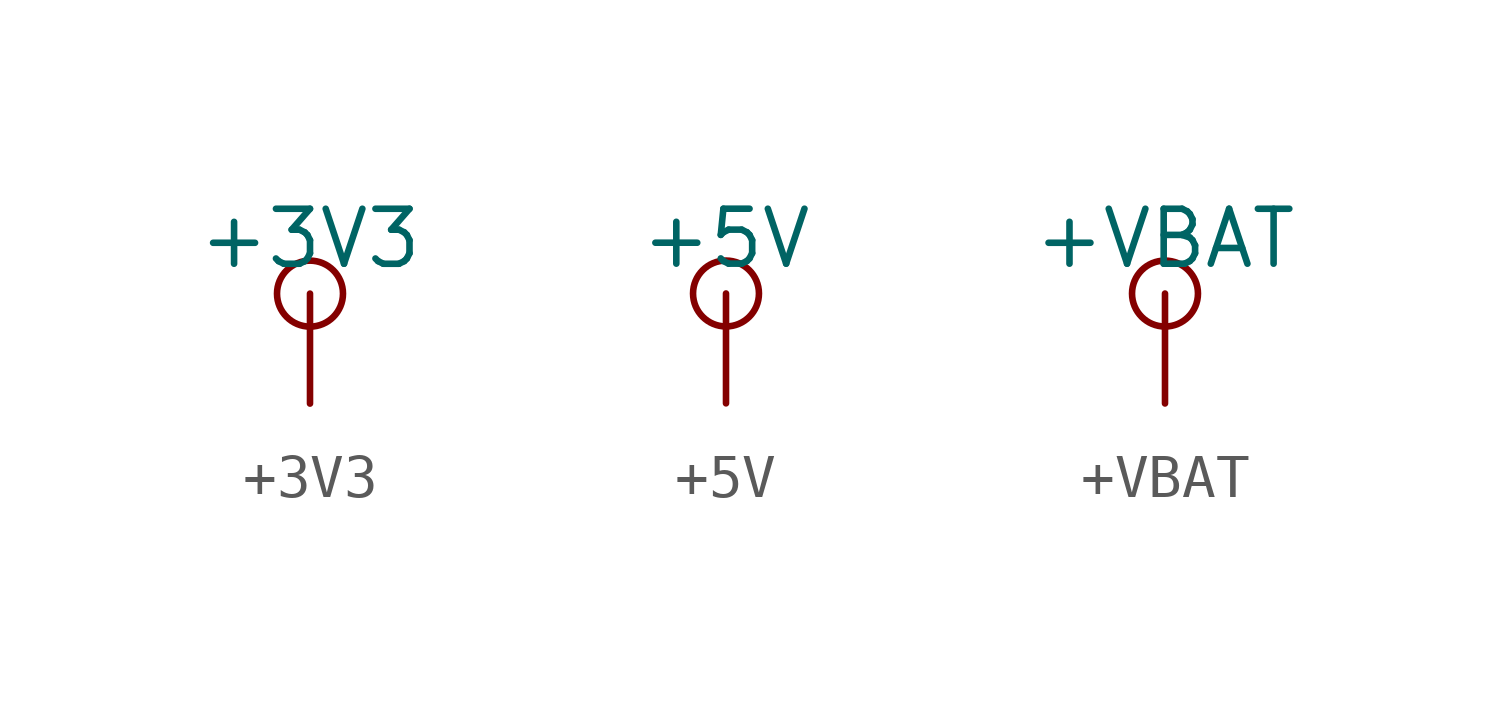
<source format=kicad_sym>
(kicad_symbol_lib
  (version 20211014)
  (generator kicad_symbol_editor)
  (symbol "+3V3"
    (power)
    (pin_names
      (offset 0))
    (property "Reference" "#PWR"
      (at 8.407 -1.93 0)
      (effects (font (size 1.27 1.27)) hide))
    (property "Value" "+3V3"
      (at 0 3.81 0)
      (effects (font (size 1.27 1.27))))
    (symbol "+3V3_0_1"
      (polyline (pts (xy 0 0) (xy 0 2.54)) (stroke (width 0) (type default) (color 0 0 0 0)) (fill (type none)))
      (circle (center 0 2.54) (radius 0.762) (stroke (width 0) (type default) (color 0 0 0 0)) (fill (type none))))
    (symbol "+3V3_1_1"
      (pin power_in line (at 0 0 90) (length 0) hide (name "+3V3" (effects (font (size 1.27 1.27)))) (number "1" (effects (font (size 1.27 1.27)))))))
  (symbol "+5V"
    (power)
    (pin_names
      (offset 0))
    (property "Reference" "#PWR"
      (at 8.407 -1.93 0)
      (effects (font (size 1.27 1.27)) hide))
    (property "Value" "+5V"
      (at 0 3.81 0)
      (effects (font (size 1.27 1.27))))
    (symbol "+5V_0_1"
      (polyline (pts (xy 0 0) (xy 0 2.54)) (stroke (width 0) (type default) (color 0 0 0 0)) (fill (type none)))
      (circle (center 0 2.54) (radius 0.762) (stroke (width 0) (type default) (color 0 0 0 0)) (fill (type none))))
    (symbol "+5V_1_1"
      (pin power_in line (at 0 0 90) (length 0) hide (name "+5V" (effects (font (size 1.27 1.27)))) (number "1" (effects (font (size 1.27 1.27)))))))
  (symbol "+VBAT"
    (power)
    (pin_names
      (offset 0))
    (property "Reference" "#PWR"
      (at 8.407 -1.93 0)
      (effects (font (size 1.27 1.27)) hide))
    (property "Value" "+VBAT"
      (at 0 3.81 0)
      (effects (font (size 1.27 1.27))))
    (symbol "+VBAT_0_1"
      (polyline (pts (xy 0 0) (xy 0 2.54)) (stroke (width 0) (type default) (color 0 0 0 0)) (fill (type none)))
      (circle (center 0 2.54) (radius 0.762) (stroke (width 0) (type default) (color 0 0 0 0)) (fill (type none))))
    (symbol "+VBAT_1_1"
      (pin power_out line (at 0 0 90) (length 0) hide (name "+VBAT" (effects (font (size 1.27 1.27)))) (number "1" (effects (font (size 1.27 1.27))))))))
</source>
